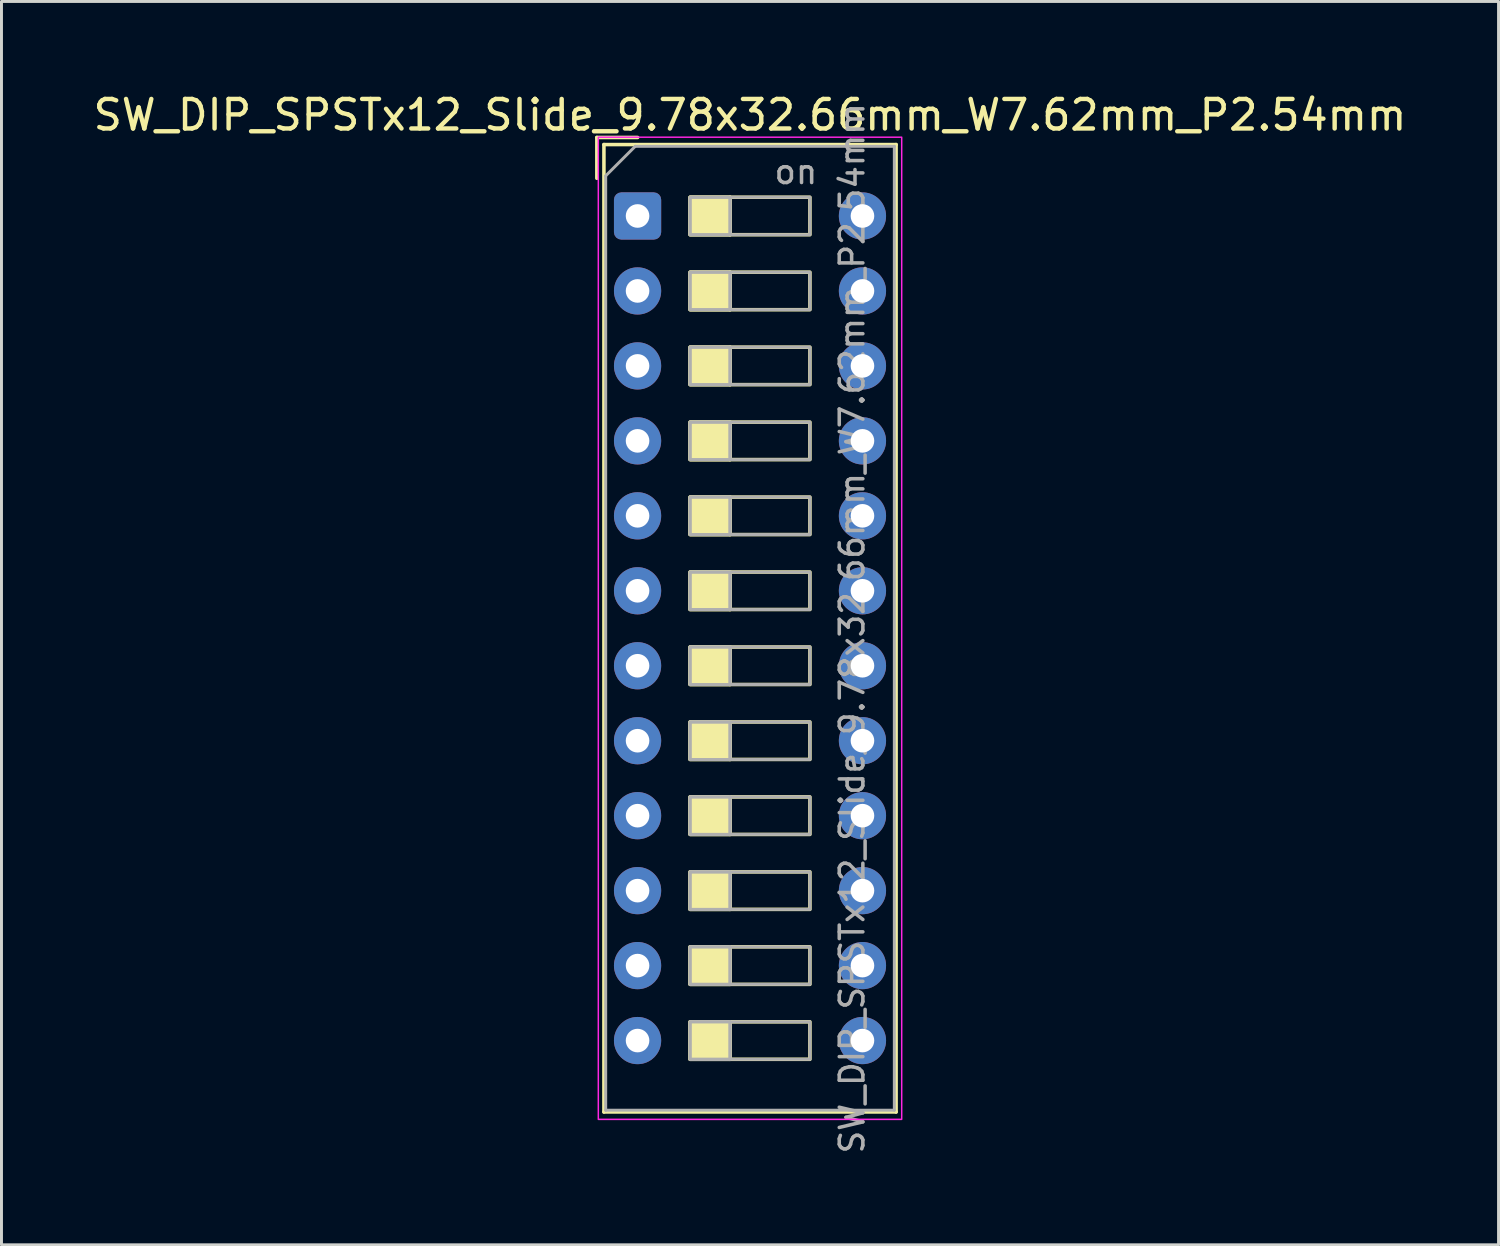
<source format=kicad_pcb>
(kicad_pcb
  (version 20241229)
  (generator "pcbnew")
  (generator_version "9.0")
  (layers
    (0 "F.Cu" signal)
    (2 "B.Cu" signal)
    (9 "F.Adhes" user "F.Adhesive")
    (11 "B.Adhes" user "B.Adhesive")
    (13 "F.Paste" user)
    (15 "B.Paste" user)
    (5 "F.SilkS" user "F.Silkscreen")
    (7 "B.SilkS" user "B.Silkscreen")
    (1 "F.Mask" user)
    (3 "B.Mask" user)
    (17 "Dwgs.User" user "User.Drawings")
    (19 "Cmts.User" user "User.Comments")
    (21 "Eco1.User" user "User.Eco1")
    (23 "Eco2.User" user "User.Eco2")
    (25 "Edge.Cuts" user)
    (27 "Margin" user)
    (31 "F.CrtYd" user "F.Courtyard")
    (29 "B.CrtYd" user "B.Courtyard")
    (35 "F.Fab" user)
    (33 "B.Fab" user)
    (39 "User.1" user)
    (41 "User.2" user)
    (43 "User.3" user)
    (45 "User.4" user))
  (footprint "SW_DIP_SPSTx12_Slide_9.78x32.66mm_W7.62mm_P2.54mm"
    (layer "F.Cu")
    (at 18.553 4.268)
    (property "Reference" "SW_DIP_SPSTx12_Slide_9.78x32.66mm_W7.62mm_P2.54mm" (at 3.81 -3.42 0) (layer "F.SilkS") (effects (font (size 1 1) (thickness 0.15))))
    (attr through_hole)
    (fp_line (start -1.38 -2.66) (end -1.38 -1.277) (stroke (width 0.12) (type solid)) (layer "F.SilkS"))
    (fp_line (start -1.38 -2.66) (end 0.003 -2.66) (stroke (width 0.12) (type solid)) (layer "F.SilkS"))
    (fp_line (start -1.14 -2.42) (end -1.14 30.36) (stroke (width 0.12) (type solid)) (layer "F.SilkS"))
    (fp_line (start -1.14 -2.42) (end 8.76 -2.42) (stroke (width 0.12) (type solid)) (layer "F.SilkS"))
    (fp_line (start -1.14 30.36) (end 8.76 30.36) (stroke (width 0.12) (type solid)) (layer "F.SilkS"))
    (fp_line (start 3.133 -0.635) (end 3.133 0.635) (stroke (width 0.12) (type solid)) (layer "F.SilkS"))
    (fp_line (start 3.133 1.905) (end 3.133 3.175) (stroke (width 0.12) (type solid)) (layer "F.SilkS"))
    (fp_line (start 3.133 4.445) (end 3.133 5.715) (stroke (width 0.12) (type solid)) (layer "F.SilkS"))
    (fp_line (start 3.133 6.985) (end 3.133 8.255) (stroke (width 0.12) (type solid)) (layer "F.SilkS"))
    (fp_line (start 3.133 9.525) (end 3.133 10.795) (stroke (width 0.12) (type solid)) (layer "F.SilkS"))
    (fp_line (start 3.133 12.065) (end 3.133 13.335) (stroke (width 0.12) (type solid)) (layer "F.SilkS"))
    (fp_line (start 3.133 14.605) (end 3.133 15.875) (stroke (width 0.12) (type solid)) (layer "F.SilkS"))
    (fp_line (start 3.133 17.145) (end 3.133 18.415) (stroke (width 0.12) (type solid)) (layer "F.SilkS"))
    (fp_line (start 3.133 19.685) (end 3.133 20.955) (stroke (width 0.12) (type solid)) (layer "F.SilkS"))
    (fp_line (start 3.133 22.225) (end 3.133 23.495) (stroke (width 0.12) (type solid)) (layer "F.SilkS"))
    (fp_line (start 3.133 24.765) (end 3.133 26.035) (stroke (width 0.12) (type solid)) (layer "F.SilkS"))
    (fp_line (start 3.133 27.305) (end 3.133 28.575) (stroke (width 0.12) (type solid)) (layer "F.SilkS"))
    (fp_line (start 8.76 -2.42) (end 8.76 30.36) (stroke (width 0.12) (type solid)) (layer "F.SilkS"))
    (fp_rect (start 1.78 -0.635) (end 3.133 0.635) (stroke (width 0.12) (type solid)) (fill yes) (layer "F.SilkS"))
    (fp_rect (start 1.78 -0.635) (end 5.84 0.635) (stroke (width 0.12) (type solid)) (fill no) (layer "F.SilkS"))
    (fp_rect (start 1.78 1.905) (end 3.133 3.175) (stroke (width 0.12) (type solid)) (fill yes) (layer "F.SilkS"))
    (fp_rect (start 1.78 1.905) (end 5.84 3.175) (stroke (width 0.12) (type solid)) (fill no) (layer "F.SilkS"))
    (fp_rect (start 1.78 4.445) (end 3.133 5.715) (stroke (width 0.12) (type solid)) (fill yes) (layer "F.SilkS"))
    (fp_rect (start 1.78 4.445) (end 5.84 5.715) (stroke (width 0.12) (type solid)) (fill no) (layer "F.SilkS"))
    (fp_rect (start 1.78 6.985) (end 3.133 8.255) (stroke (width 0.12) (type solid)) (fill yes) (layer "F.SilkS"))
    (fp_rect (start 1.78 6.985) (end 5.84 8.255) (stroke (width 0.12) (type solid)) (fill no) (layer "F.SilkS"))
    (fp_rect (start 1.78 9.525) (end 3.133 10.795) (stroke (width 0.12) (type solid)) (fill yes) (layer "F.SilkS"))
    (fp_rect (start 1.78 9.525) (end 5.84 10.795) (stroke (width 0.12) (type solid)) (fill no) (layer "F.SilkS"))
    (fp_rect (start 1.78 12.065) (end 3.133 13.335) (stroke (width 0.12) (type solid)) (fill yes) (layer "F.SilkS"))
    (fp_rect (start 1.78 12.065) (end 5.84 13.335) (stroke (width 0.12) (type solid)) (fill no) (layer "F.SilkS"))
    (fp_rect (start 1.78 14.605) (end 3.133 15.875) (stroke (width 0.12) (type solid)) (fill yes) (layer "F.SilkS"))
    (fp_rect (start 1.78 14.605) (end 5.84 15.875) (stroke (width 0.12) (type solid)) (fill no) (layer "F.SilkS"))
    (fp_rect (start 1.78 17.145) (end 3.133 18.415) (stroke (width 0.12) (type solid)) (fill yes) (layer "F.SilkS"))
    (fp_rect (start 1.78 17.145) (end 5.84 18.415) (stroke (width 0.12) (type solid)) (fill no) (layer "F.SilkS"))
    (fp_rect (start 1.78 19.685) (end 3.133 20.955) (stroke (width 0.12) (type solid)) (fill yes) (layer "F.SilkS"))
    (fp_rect (start 1.78 19.685) (end 5.84 20.955) (stroke (width 0.12) (type solid)) (fill no) (layer "F.SilkS"))
    (fp_rect (start 1.78 22.225) (end 3.133 23.495) (stroke (width 0.12) (type solid)) (fill yes) (layer "F.SilkS"))
    (fp_rect (start 1.78 22.225) (end 5.84 23.495) (stroke (width 0.12) (type solid)) (fill no) (layer "F.SilkS"))
    (fp_rect (start 1.78 24.765) (end 3.133 26.035) (stroke (width 0.12) (type solid)) (fill yes) (layer "F.SilkS"))
    (fp_rect (start 1.78 24.765) (end 5.84 26.035) (stroke (width 0.12) (type solid)) (fill no) (layer "F.SilkS"))
    (fp_rect (start 1.78 27.305) (end 3.133 28.575) (stroke (width 0.12) (type solid)) (fill yes) (layer "F.SilkS"))
    (fp_rect (start 1.78 27.305) (end 5.84 28.575) (stroke (width 0.12) (type solid)) (fill no) (layer "F.SilkS"))
    (fp_rect (start -1.33 -2.67) (end 8.95 30.61) (stroke (width 0.05) (type solid)) (fill no) (layer "F.CrtYd"))
    (fp_line (start -1.08 -1.36) (end -0.08 -2.36) (stroke (width 0.1) (type solid)) (layer "F.Fab"))
    (fp_line (start -1.08 30.3) (end -1.08 -1.36) (stroke (width 0.1) (type solid)) (layer "F.Fab"))
    (fp_line (start -0.08 -2.36) (end 8.7 -2.36) (stroke (width 0.1) (type solid)) (layer "F.Fab"))
    (fp_line (start 3.133 -0.635) (end 3.133 0.635) (stroke (width 0.1) (type solid)) (layer "F.Fab"))
    (fp_line (start 3.133 1.905) (end 3.133 3.175) (stroke (width 0.1) (type solid)) (layer "F.Fab"))
    (fp_line (start 3.133 4.445) (end 3.133 5.715) (stroke (width 0.1) (type solid)) (layer "F.Fab"))
    (fp_line (start 3.133 6.985) (end 3.133 8.255) (stroke (width 0.1) (type solid)) (layer "F.Fab"))
    (fp_line (start 3.133 9.525) (end 3.133 10.795) (stroke (width 0.1) (type solid)) (layer "F.Fab"))
    (fp_line (start 3.133 12.065) (end 3.133 13.335) (stroke (width 0.1) (type solid)) (layer "F.Fab"))
    (fp_line (start 3.133 14.605) (end 3.133 15.875) (stroke (width 0.1) (type solid)) (layer "F.Fab"))
    (fp_line (start 3.133 17.145) (end 3.133 18.415) (stroke (width 0.1) (type solid)) (layer "F.Fab"))
    (fp_line (start 3.133 19.685) (end 3.133 20.955) (stroke (width 0.1) (type solid)) (layer "F.Fab"))
    (fp_line (start 3.133 22.225) (end 3.133 23.495) (stroke (width 0.1) (type solid)) (layer "F.Fab"))
    (fp_line (start 3.133 24.765) (end 3.133 26.035) (stroke (width 0.1) (type solid)) (layer "F.Fab"))
    (fp_line (start 3.133 27.305) (end 3.133 28.575) (stroke (width 0.1) (type solid)) (layer "F.Fab"))
    (fp_line (start 8.7 -2.36) (end 8.7 30.3) (stroke (width 0.1) (type solid)) (layer "F.Fab"))
    (fp_line (start 8.7 30.3) (end -1.08 30.3) (stroke (width 0.1) (type solid)) (layer "F.Fab"))
    (fp_rect (start 1.78 -0.635) (end 3.133 0.635) (stroke (width 0.1) (type solid)) (fill no) (layer "F.Fab"))
    (fp_rect (start 1.78 -0.635) (end 5.84 0.635) (stroke (width 0.1) (type solid)) (fill no) (layer "F.Fab"))
    (fp_rect (start 1.78 1.905) (end 3.133 3.175) (stroke (width 0.1) (type solid)) (fill no) (layer "F.Fab"))
    (fp_rect (start 1.78 1.905) (end 5.84 3.175) (stroke (width 0.1) (type solid)) (fill no) (layer "F.Fab"))
    (fp_rect (start 1.78 4.445) (end 3.133 5.715) (stroke (width 0.1) (type solid)) (fill no) (layer "F.Fab"))
    (fp_rect (start 1.78 4.445) (end 5.84 5.715) (stroke (width 0.1) (type solid)) (fill no) (layer "F.Fab"))
    (fp_rect (start 1.78 6.985) (end 3.133 8.255) (stroke (width 0.1) (type solid)) (fill no) (layer "F.Fab"))
    (fp_rect (start 1.78 6.985) (end 5.84 8.255) (stroke (width 0.1) (type solid)) (fill no) (layer "F.Fab"))
    (fp_rect (start 1.78 9.525) (end 3.133 10.795) (stroke (width 0.1) (type solid)) (fill no) (layer "F.Fab"))
    (fp_rect (start 1.78 9.525) (end 5.84 10.795) (stroke (width 0.1) (type solid)) (fill no) (layer "F.Fab"))
    (fp_rect (start 1.78 12.065) (end 3.133 13.335) (stroke (width 0.1) (type solid)) (fill no) (layer "F.Fab"))
    (fp_rect (start 1.78 12.065) (end 5.84 13.335) (stroke (width 0.1) (type solid)) (fill no) (layer "F.Fab"))
    (fp_rect (start 1.78 14.605) (end 3.133 15.875) (stroke (width 0.1) (type solid)) (fill no) (layer "F.Fab"))
    (fp_rect (start 1.78 14.605) (end 5.84 15.875) (stroke (width 0.1) (type solid)) (fill no) (layer "F.Fab"))
    (fp_rect (start 1.78 17.145) (end 3.133 18.415) (stroke (width 0.1) (type solid)) (fill no) (layer "F.Fab"))
    (fp_rect (start 1.78 17.145) (end 5.84 18.415) (stroke (width 0.1) (type solid)) (fill no) (layer "F.Fab"))
    (fp_rect (start 1.78 19.685) (end 3.133 20.955) (stroke (width 0.1) (type solid)) (fill no) (layer "F.Fab"))
    (fp_rect (start 1.78 19.685) (end 5.84 20.955) (stroke (width 0.1) (type solid)) (fill no) (layer "F.Fab"))
    (fp_rect (start 1.78 22.225) (end 3.133 23.495) (stroke (width 0.1) (type solid)) (fill no) (layer "F.Fab"))
    (fp_rect (start 1.78 22.225) (end 5.84 23.495) (stroke (width 0.1) (type solid)) (fill no) (layer "F.Fab"))
    (fp_rect (start 1.78 24.765) (end 3.133 26.035) (stroke (width 0.1) (type solid)) (fill no) (layer "F.Fab"))
    (fp_rect (start 1.78 24.765) (end 5.84 26.035) (stroke (width 0.1) (type solid)) (fill no) (layer "F.Fab"))
    (fp_rect (start 1.78 27.305) (end 3.133 28.575) (stroke (width 0.1) (type solid)) (fill no) (layer "F.Fab"))
    (fp_rect (start 1.78 27.305) (end 5.84 28.575) (stroke (width 0.1) (type solid)) (fill no) (layer "F.Fab"))
    (fp_text user "on" (at 5.365 -1.498 0) (layer "F.Fab") (effects (font (size 0.8 0.8) (thickness 0.12))))
    (fp_text user "${REFERENCE}" (at 7.27 13.97 90) (layer "F.Fab") (effects (font (size 0.8 0.8) (thickness 0.12))))
    (pad "1" thru_hole roundrect (at 0 0) (size 1.6 1.6) (drill 0.8) (layers "*.Cu" "*.Mask") (roundrect_rratio 0.156))
    (pad "2" thru_hole circle (at 0 2.54) (size 1.6 1.6) (drill 0.8) (layers "*.Cu" "*.Mask"))
    (pad "3" thru_hole circle (at 0 5.08) (size 1.6 1.6) (drill 0.8) (layers "*.Cu" "*.Mask"))
    (pad "4" thru_hole circle (at 0 7.62) (size 1.6 1.6) (drill 0.8) (layers "*.Cu" "*.Mask"))
    (pad "5" thru_hole circle (at 0 10.16) (size 1.6 1.6) (drill 0.8) (layers "*.Cu" "*.Mask"))
    (pad "6" thru_hole circle (at 0 12.7) (size 1.6 1.6) (drill 0.8) (layers "*.Cu" "*.Mask"))
    (pad "7" thru_hole circle (at 0 15.24) (size 1.6 1.6) (drill 0.8) (layers "*.Cu" "*.Mask"))
    (pad "8" thru_hole circle (at 0 17.78) (size 1.6 1.6) (drill 0.8) (layers "*.Cu" "*.Mask"))
    (pad "9" thru_hole circle (at 0 20.32) (size 1.6 1.6) (drill 0.8) (layers "*.Cu" "*.Mask"))
    (pad "10" thru_hole circle (at 0 22.86) (size 1.6 1.6) (drill 0.8) (layers "*.Cu" "*.Mask"))
    (pad "11" thru_hole circle (at 0 25.4) (size 1.6 1.6) (drill 0.8) (layers "*.Cu" "*.Mask"))
    (pad "12" thru_hole circle (at 0 27.94) (size 1.6 1.6) (drill 0.8) (layers "*.Cu" "*.Mask"))
    (pad "13" thru_hole circle (at 7.62 27.94) (size 1.6 1.6) (drill 0.8) (layers "*.Cu" "*.Mask"))
    (pad "14" thru_hole circle (at 7.62 25.4) (size 1.6 1.6) (drill 0.8) (layers "*.Cu" "*.Mask"))
    (pad "15" thru_hole circle (at 7.62 22.86) (size 1.6 1.6) (drill 0.8) (layers "*.Cu" "*.Mask"))
    (pad "16" thru_hole circle (at 7.62 20.32) (size 1.6 1.6) (drill 0.8) (layers "*.Cu" "*.Mask"))
    (pad "17" thru_hole circle (at 7.62 17.78) (size 1.6 1.6) (drill 0.8) (layers "*.Cu" "*.Mask"))
    (pad "18" thru_hole circle (at 7.62 15.24) (size 1.6 1.6) (drill 0.8) (layers "*.Cu" "*.Mask"))
    (pad "19" thru_hole circle (at 7.62 12.7) (size 1.6 1.6) (drill 0.8) (layers "*.Cu" "*.Mask"))
    (pad "20" thru_hole circle (at 7.62 10.16) (size 1.6 1.6) (drill 0.8) (layers "*.Cu" "*.Mask"))
    (pad "21" thru_hole circle (at 7.62 7.62) (size 1.6 1.6) (drill 0.8) (layers "*.Cu" "*.Mask"))
    (pad "22" thru_hole circle (at 7.62 5.08) (size 1.6 1.6) (drill 0.8) (layers "*.Cu" "*.Mask"))
    (pad "23" thru_hole circle (at 7.62 2.54) (size 1.6 1.6) (drill 0.8) (layers "*.Cu" "*.Mask"))
    (pad "24" thru_hole circle (at 7.62 0) (size 1.6 1.6) (drill 0.8) (layers "*.Cu" "*.Mask")))
  (gr_rect
    (start -3 -3)
    (end 47.726 39.129)
    (stroke (width 0.1) (type default))
    (fill no)
    (layer "Edge.Cuts")))
</source>
